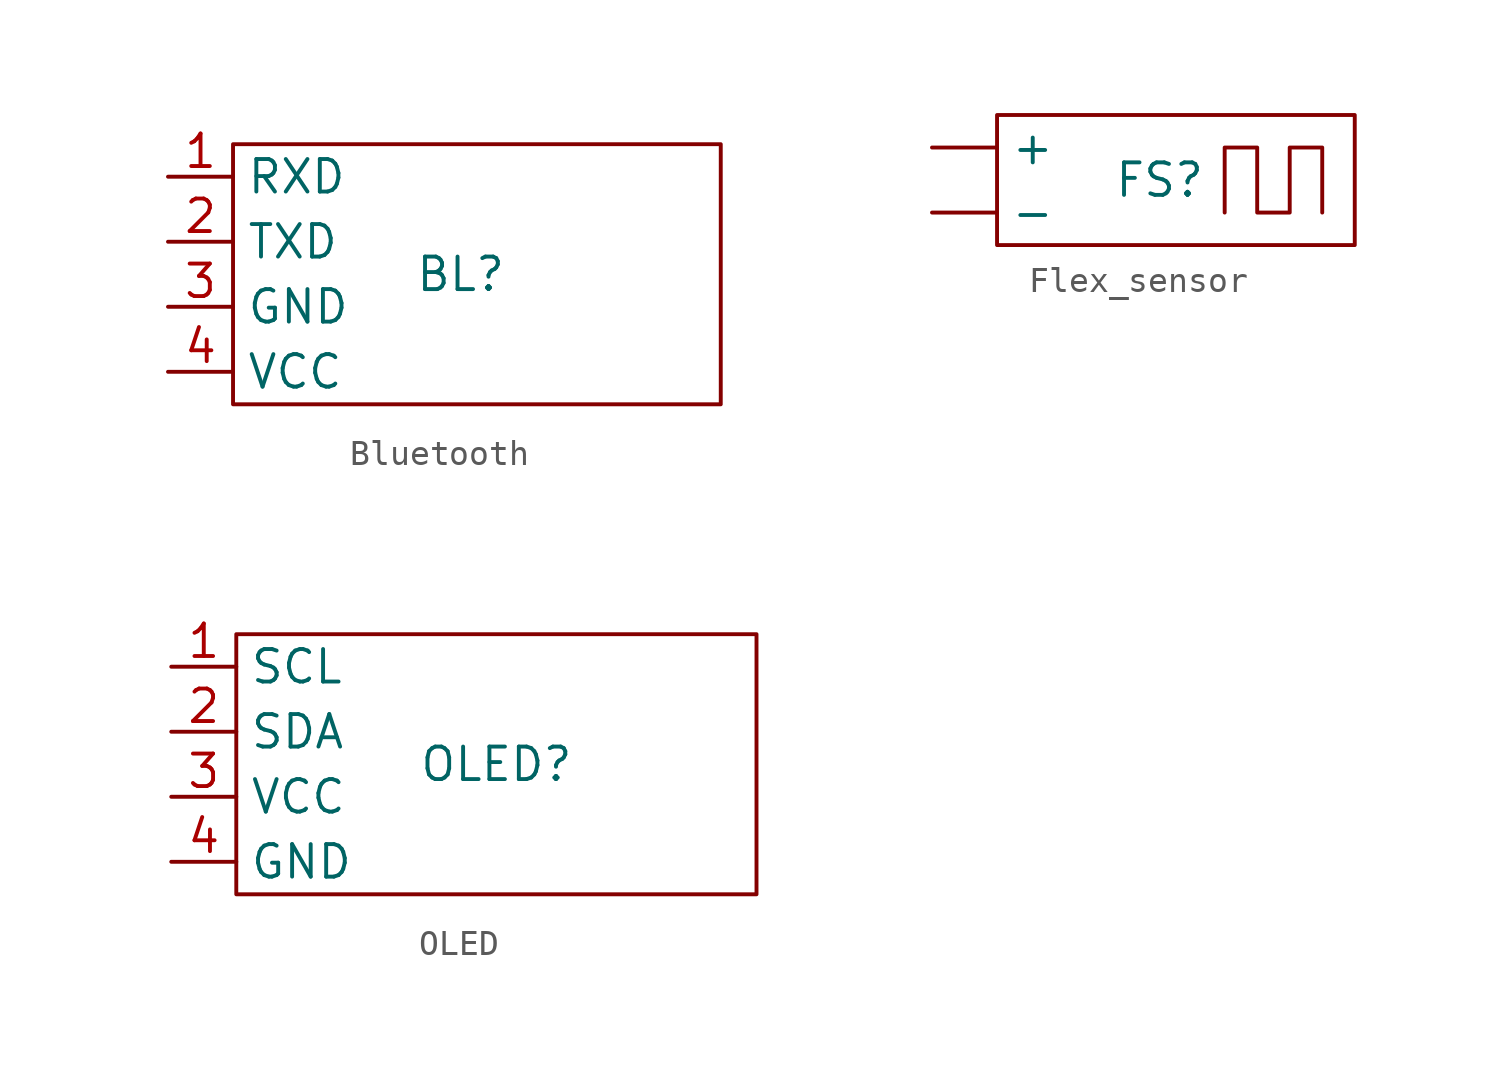
<source format=kicad_sym>
(kicad_symbol_lib
  (version 20220914)
  (generator kicad_symbol_editor)
  (symbol "Bluetooth"
    (property "Reference" "BL"
      (at 1.27 -1.27 0)
      (effects (font (size 1.27 1.27))))
    (property "Value" ""
      (at 0 0 0)
      (effects (font (size 1.27 1.27))))
    (symbol "Bluetooth_0_1"
      (rectangle (start -7.62 3.81) (end 11.43 -6.35) (stroke (width 0) (type default)) (fill (type none))))
    (symbol "Bluetooth_1_1"
      (pin passive line (at -10.16 2.54 0) (length 2.54) (name "RXD" (effects (font (size 1.27 1.27)))) (number "1" (effects (font (size 1.27 1.27)))))
      (pin passive line (at -10.16 0 0) (length 2.54) (name "TXD" (effects (font (size 1.27 1.27)))) (number "2" (effects (font (size 1.27 1.27)))))
      (pin passive line (at -10.16 -2.54 0) (length 2.54) (name "GND" (effects (font (size 1.27 1.27)))) (number "3" (effects (font (size 1.27 1.27)))))
      (pin passive line (at -10.16 -5.08 0) (length 2.54) (name "VCC" (effects (font (size 1.27 1.27)))) (number "4" (effects (font (size 1.27 1.27)))))))
  (symbol "Flex_sensor"
    (property "Reference" "FS"
      (at 0 0 0)
      (effects (font (size 1.27 1.27))))
    (property "Value" ""
      (at 0 0 0)
      (effects (font (size 1.27 1.27))))
    (symbol "Flex_sensor_0_1"
      (rectangle (start -6.35 2.54) (end 7.62 -2.54) (stroke (width 0) (type default)) (fill (type none)))
      (polyline (pts (xy 2.54 -1.27) (xy 2.54 1.27) (xy 3.81 1.27) (xy 3.81 -1.27) (xy 5.08 -1.27) (xy 5.08 1.27) (xy 6.35 1.27) (xy 6.35 -1.27)) (stroke (width 0) (type default)) (fill (type none))))
    (symbol "Flex_sensor_1_1"
      (pin passive line (at -8.89 1.27 0) (length 2.54) (name "+" (effects (font (size 1.27 1.27)))) (number "" (effects (font (size 1.27 1.27)))))
      (pin passive line (at -8.89 -1.27 0) (length 2.54) (name "-" (effects (font (size 1.27 1.27)))) (number "" (effects (font (size 1.27 1.27)))))))
  (symbol "OLED"
    (property "Reference" "OLED"
      (at 5.08 -1.27 0)
      (effects (font (size 1.27 1.27))))
    (property "Value" ""
      (at 0 0 0)
      (effects (font (size 1.27 1.27))))
    (symbol "OLED_0_1"
      (rectangle (start -5.08 3.81) (end 15.24 -6.35) (stroke (width 0) (type default)) (fill (type none))))
    (symbol "OLED_1_1"
      (pin passive line (at -7.62 2.54 0) (length 2.54) (name "SCL" (effects (font (size 1.27 1.27)))) (number "1" (effects (font (size 1.27 1.27)))))
      (pin passive line (at -7.62 0 0) (length 2.54) (name "SDA" (effects (font (size 1.27 1.27)))) (number "2" (effects (font (size 1.27 1.27)))))
      (pin passive line (at -7.62 -2.54 0) (length 2.54) (name "VCC" (effects (font (size 1.27 1.27)))) (number "3" (effects (font (size 1.27 1.27)))))
      (pin passive line (at -7.62 -5.08 0) (length 2.54) (name "GND" (effects (font (size 1.27 1.27)))) (number "4" (effects (font (size 1.27 1.27))))))))
</source>
